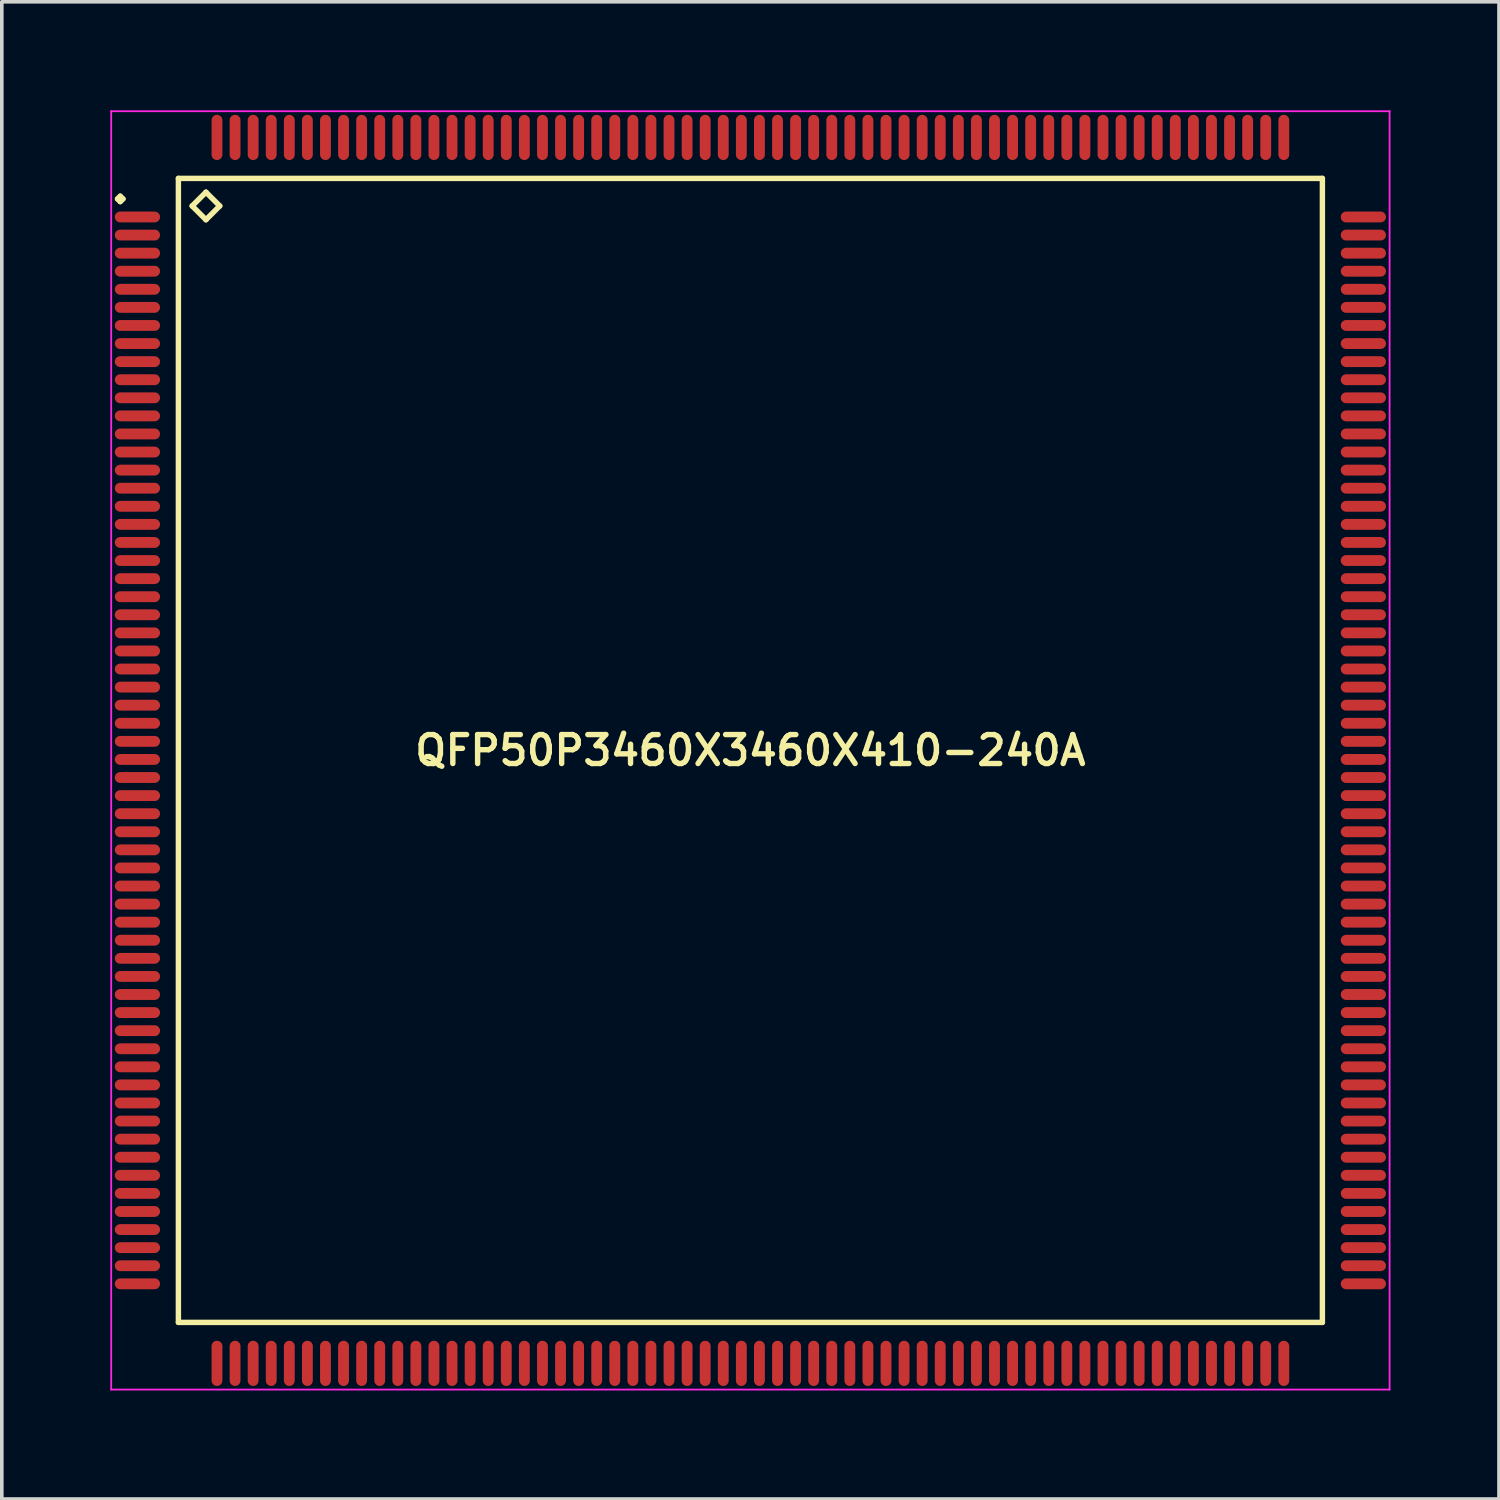
<source format=kicad_pcb>
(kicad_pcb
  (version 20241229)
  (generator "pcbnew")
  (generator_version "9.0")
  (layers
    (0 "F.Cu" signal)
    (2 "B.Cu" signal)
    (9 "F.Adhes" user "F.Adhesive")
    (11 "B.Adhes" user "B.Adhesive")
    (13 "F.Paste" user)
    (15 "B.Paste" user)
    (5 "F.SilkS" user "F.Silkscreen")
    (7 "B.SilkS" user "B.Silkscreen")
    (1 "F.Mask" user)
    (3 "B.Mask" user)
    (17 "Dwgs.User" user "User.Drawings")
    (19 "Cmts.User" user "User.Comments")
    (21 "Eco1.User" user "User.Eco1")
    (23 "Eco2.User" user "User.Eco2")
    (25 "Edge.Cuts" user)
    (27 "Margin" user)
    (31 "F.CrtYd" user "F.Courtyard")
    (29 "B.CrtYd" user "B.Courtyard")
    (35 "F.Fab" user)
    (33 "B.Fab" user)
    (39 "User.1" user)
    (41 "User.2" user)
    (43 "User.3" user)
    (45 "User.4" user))
  (footprint "QFP50P3460X3460X410-240A"
    (layer "F.Cu")
    (at 17.7 17.7)
    (property "Reference" "QFP50P3460X3460X410-240A" (at 0 0 0) (layer "F.SilkS") (effects (font (size 0.8 0.8) (thickness 0.15))))
    (attr smd)
    (fp_line (start -17.5 -15.25) (end -17.425 -15.325) (stroke (width 0.15) (type solid)) (layer "F.SilkS"))
    (fp_line (start -17.425 -15.325) (end -17.35 -15.25) (stroke (width 0.15) (type solid)) (layer "F.SilkS"))
    (fp_line (start -17.425 -15.175) (end -17.5 -15.25) (stroke (width 0.15) (type solid)) (layer "F.SilkS"))
    (fp_line (start -17.35 -15.25) (end -17.425 -15.175) (stroke (width 0.15) (type solid)) (layer "F.SilkS"))
    (fp_line (start -15.817 -15.817) (end -15.817 15.817) (stroke (width 0.15) (type solid)) (layer "F.SilkS"))
    (fp_line (start -15.817 15.817) (end 15.817 15.817) (stroke (width 0.15) (type solid)) (layer "F.SilkS"))
    (fp_line (start -15.436 -15.055) (end -15.055 -15.436) (stroke (width 0.15) (type solid)) (layer "F.SilkS"))
    (fp_line (start -15.055 -15.436) (end -14.674 -15.055) (stroke (width 0.15) (type solid)) (layer "F.SilkS"))
    (fp_line (start -15.055 -14.674) (end -15.436 -15.055) (stroke (width 0.15) (type solid)) (layer "F.SilkS"))
    (fp_line (start -14.674 -15.055) (end -15.055 -14.674) (stroke (width 0.15) (type solid)) (layer "F.SilkS"))
    (fp_line (start 15.817 -15.817) (end -15.817 -15.817) (stroke (width 0.15) (type solid)) (layer "F.SilkS"))
    (fp_line (start 15.817 15.817) (end 15.817 -15.817) (stroke (width 0.15) (type solid)) (layer "F.SilkS"))
    (fp_line (start -17.675 -17.675) (end 17.675 -17.675) (stroke (width 0.05) (type solid)) (layer "F.CrtYd"))
    (fp_line (start -17.675 17.675) (end -17.675 -17.675) (stroke (width 0.05) (type solid)) (layer "F.CrtYd"))
    (fp_line (start 17.675 -17.675) (end 17.675 17.675) (stroke (width 0.05) (type solid)) (layer "F.CrtYd"))
    (fp_line (start 17.675 17.675) (end -17.675 17.675) (stroke (width 0.05) (type solid)) (layer "F.CrtYd"))
    (pad "1" smd oval (at -16.95 -14.75) (size 1.25 0.3) (layers "F.Cu" "F.Mask" "F.Paste"))
    (pad "2" smd oval (at -16.95 -14.25) (size 1.25 0.3) (layers "F.Cu" "F.Mask" "F.Paste"))
    (pad "3" smd oval (at -16.95 -13.75) (size 1.25 0.3) (layers "F.Cu" "F.Mask" "F.Paste"))
    (pad "4" smd oval (at -16.95 -13.25) (size 1.25 0.3) (layers "F.Cu" "F.Mask" "F.Paste"))
    (pad "5" smd oval (at -16.95 -12.75) (size 1.25 0.3) (layers "F.Cu" "F.Mask" "F.Paste"))
    (pad "6" smd oval (at -16.95 -12.25) (size 1.25 0.3) (layers "F.Cu" "F.Mask" "F.Paste"))
    (pad "7" smd oval (at -16.95 -11.75) (size 1.25 0.3) (layers "F.Cu" "F.Mask" "F.Paste"))
    (pad "8" smd oval (at -16.95 -11.25) (size 1.25 0.3) (layers "F.Cu" "F.Mask" "F.Paste"))
    (pad "9" smd oval (at -16.95 -10.75) (size 1.25 0.3) (layers "F.Cu" "F.Mask" "F.Paste"))
    (pad "10" smd oval (at -16.95 -10.25) (size 1.25 0.3) (layers "F.Cu" "F.Mask" "F.Paste"))
    (pad "11" smd oval (at -16.95 -9.75) (size 1.25 0.3) (layers "F.Cu" "F.Mask" "F.Paste"))
    (pad "12" smd oval (at -16.95 -9.25) (size 1.25 0.3) (layers "F.Cu" "F.Mask" "F.Paste"))
    (pad "13" smd oval (at -16.95 -8.75) (size 1.25 0.3) (layers "F.Cu" "F.Mask" "F.Paste"))
    (pad "14" smd oval (at -16.95 -8.25) (size 1.25 0.3) (layers "F.Cu" "F.Mask" "F.Paste"))
    (pad "15" smd oval (at -16.95 -7.75) (size 1.25 0.3) (layers "F.Cu" "F.Mask" "F.Paste"))
    (pad "16" smd oval (at -16.95 -7.25) (size 1.25 0.3) (layers "F.Cu" "F.Mask" "F.Paste"))
    (pad "17" smd oval (at -16.95 -6.75) (size 1.25 0.3) (layers "F.Cu" "F.Mask" "F.Paste"))
    (pad "18" smd oval (at -16.95 -6.25) (size 1.25 0.3) (layers "F.Cu" "F.Mask" "F.Paste"))
    (pad "19" smd oval (at -16.95 -5.75) (size 1.25 0.3) (layers "F.Cu" "F.Mask" "F.Paste"))
    (pad "20" smd oval (at -16.95 -5.25) (size 1.25 0.3) (layers "F.Cu" "F.Mask" "F.Paste"))
    (pad "21" smd oval (at -16.95 -4.75) (size 1.25 0.3) (layers "F.Cu" "F.Mask" "F.Paste"))
    (pad "22" smd oval (at -16.95 -4.25) (size 1.25 0.3) (layers "F.Cu" "F.Mask" "F.Paste"))
    (pad "23" smd oval (at -16.95 -3.75) (size 1.25 0.3) (layers "F.Cu" "F.Mask" "F.Paste"))
    (pad "24" smd oval (at -16.95 -3.25) (size 1.25 0.3) (layers "F.Cu" "F.Mask" "F.Paste"))
    (pad "25" smd oval (at -16.95 -2.75) (size 1.25 0.3) (layers "F.Cu" "F.Mask" "F.Paste"))
    (pad "26" smd oval (at -16.95 -2.25) (size 1.25 0.3) (layers "F.Cu" "F.Mask" "F.Paste"))
    (pad "27" smd oval (at -16.95 -1.75) (size 1.25 0.3) (layers "F.Cu" "F.Mask" "F.Paste"))
    (pad "28" smd oval (at -16.95 -1.25) (size 1.25 0.3) (layers "F.Cu" "F.Mask" "F.Paste"))
    (pad "29" smd oval (at -16.95 -0.75) (size 1.25 0.3) (layers "F.Cu" "F.Mask" "F.Paste"))
    (pad "30" smd oval (at -16.95 -0.25) (size 1.25 0.3) (layers "F.Cu" "F.Mask" "F.Paste"))
    (pad "31" smd oval (at -16.95 0.25) (size 1.25 0.3) (layers "F.Cu" "F.Mask" "F.Paste"))
    (pad "32" smd oval (at -16.95 0.75) (size 1.25 0.3) (layers "F.Cu" "F.Mask" "F.Paste"))
    (pad "33" smd oval (at -16.95 1.25) (size 1.25 0.3) (layers "F.Cu" "F.Mask" "F.Paste"))
    (pad "34" smd oval (at -16.95 1.75) (size 1.25 0.3) (layers "F.Cu" "F.Mask" "F.Paste"))
    (pad "35" smd oval (at -16.95 2.25) (size 1.25 0.3) (layers "F.Cu" "F.Mask" "F.Paste"))
    (pad "36" smd oval (at -16.95 2.75) (size 1.25 0.3) (layers "F.Cu" "F.Mask" "F.Paste"))
    (pad "37" smd oval (at -16.95 3.25) (size 1.25 0.3) (layers "F.Cu" "F.Mask" "F.Paste"))
    (pad "38" smd oval (at -16.95 3.75) (size 1.25 0.3) (layers "F.Cu" "F.Mask" "F.Paste"))
    (pad "39" smd oval (at -16.95 4.25) (size 1.25 0.3) (layers "F.Cu" "F.Mask" "F.Paste"))
    (pad "40" smd oval (at -16.95 4.75) (size 1.25 0.3) (layers "F.Cu" "F.Mask" "F.Paste"))
    (pad "41" smd oval (at -16.95 5.25) (size 1.25 0.3) (layers "F.Cu" "F.Mask" "F.Paste"))
    (pad "42" smd oval (at -16.95 5.75) (size 1.25 0.3) (layers "F.Cu" "F.Mask" "F.Paste"))
    (pad "43" smd oval (at -16.95 6.25) (size 1.25 0.3) (layers "F.Cu" "F.Mask" "F.Paste"))
    (pad "44" smd oval (at -16.95 6.75) (size 1.25 0.3) (layers "F.Cu" "F.Mask" "F.Paste"))
    (pad "45" smd oval (at -16.95 7.25) (size 1.25 0.3) (layers "F.Cu" "F.Mask" "F.Paste"))
    (pad "46" smd oval (at -16.95 7.75) (size 1.25 0.3) (layers "F.Cu" "F.Mask" "F.Paste"))
    (pad "47" smd oval (at -16.95 8.25) (size 1.25 0.3) (layers "F.Cu" "F.Mask" "F.Paste"))
    (pad "48" smd oval (at -16.95 8.75) (size 1.25 0.3) (layers "F.Cu" "F.Mask" "F.Paste"))
    (pad "49" smd oval (at -16.95 9.25) (size 1.25 0.3) (layers "F.Cu" "F.Mask" "F.Paste"))
    (pad "50" smd oval (at -16.95 9.75) (size 1.25 0.3) (layers "F.Cu" "F.Mask" "F.Paste"))
    (pad "51" smd oval (at -16.95 10.25) (size 1.25 0.3) (layers "F.Cu" "F.Mask" "F.Paste"))
    (pad "52" smd oval (at -16.95 10.75) (size 1.25 0.3) (layers "F.Cu" "F.Mask" "F.Paste"))
    (pad "53" smd oval (at -16.95 11.25) (size 1.25 0.3) (layers "F.Cu" "F.Mask" "F.Paste"))
    (pad "54" smd oval (at -16.95 11.75) (size 1.25 0.3) (layers "F.Cu" "F.Mask" "F.Paste"))
    (pad "55" smd oval (at -16.95 12.25) (size 1.25 0.3) (layers "F.Cu" "F.Mask" "F.Paste"))
    (pad "56" smd oval (at -16.95 12.75) (size 1.25 0.3) (layers "F.Cu" "F.Mask" "F.Paste"))
    (pad "57" smd oval (at -16.95 13.25) (size 1.25 0.3) (layers "F.Cu" "F.Mask" "F.Paste"))
    (pad "58" smd oval (at -16.95 13.75) (size 1.25 0.3) (layers "F.Cu" "F.Mask" "F.Paste"))
    (pad "59" smd oval (at -16.95 14.25) (size 1.25 0.3) (layers "F.Cu" "F.Mask" "F.Paste"))
    (pad "60" smd oval (at -16.95 14.75) (size 1.25 0.3) (layers "F.Cu" "F.Mask" "F.Paste"))
    (pad "61" smd oval (at -14.75 16.95) (size 0.3 1.25) (layers "F.Cu" "F.Mask" "F.Paste"))
    (pad "62" smd oval (at -14.25 16.95) (size 0.3 1.25) (layers "F.Cu" "F.Mask" "F.Paste"))
    (pad "63" smd oval (at -13.75 16.95) (size 0.3 1.25) (layers "F.Cu" "F.Mask" "F.Paste"))
    (pad "64" smd oval (at -13.25 16.95) (size 0.3 1.25) (layers "F.Cu" "F.Mask" "F.Paste"))
    (pad "65" smd oval (at -12.75 16.95) (size 0.3 1.25) (layers "F.Cu" "F.Mask" "F.Paste"))
    (pad "66" smd oval (at -12.25 16.95) (size 0.3 1.25) (layers "F.Cu" "F.Mask" "F.Paste"))
    (pad "67" smd oval (at -11.75 16.95) (size 0.3 1.25) (layers "F.Cu" "F.Mask" "F.Paste"))
    (pad "68" smd oval (at -11.25 16.95) (size 0.3 1.25) (layers "F.Cu" "F.Mask" "F.Paste"))
    (pad "69" smd oval (at -10.75 16.95) (size 0.3 1.25) (layers "F.Cu" "F.Mask" "F.Paste"))
    (pad "70" smd oval (at -10.25 16.95) (size 0.3 1.25) (layers "F.Cu" "F.Mask" "F.Paste"))
    (pad "71" smd oval (at -9.75 16.95) (size 0.3 1.25) (layers "F.Cu" "F.Mask" "F.Paste"))
    (pad "72" smd oval (at -9.25 16.95) (size 0.3 1.25) (layers "F.Cu" "F.Mask" "F.Paste"))
    (pad "73" smd oval (at -8.75 16.95) (size 0.3 1.25) (layers "F.Cu" "F.Mask" "F.Paste"))
    (pad "74" smd oval (at -8.25 16.95) (size 0.3 1.25) (layers "F.Cu" "F.Mask" "F.Paste"))
    (pad "75" smd oval (at -7.75 16.95) (size 0.3 1.25) (layers "F.Cu" "F.Mask" "F.Paste"))
    (pad "76" smd oval (at -7.25 16.95) (size 0.3 1.25) (layers "F.Cu" "F.Mask" "F.Paste"))
    (pad "77" smd oval (at -6.75 16.95) (size 0.3 1.25) (layers "F.Cu" "F.Mask" "F.Paste"))
    (pad "78" smd oval (at -6.25 16.95) (size 0.3 1.25) (layers "F.Cu" "F.Mask" "F.Paste"))
    (pad "79" smd oval (at -5.75 16.95) (size 0.3 1.25) (layers "F.Cu" "F.Mask" "F.Paste"))
    (pad "80" smd oval (at -5.25 16.95) (size 0.3 1.25) (layers "F.Cu" "F.Mask" "F.Paste"))
    (pad "81" smd oval (at -4.75 16.95) (size 0.3 1.25) (layers "F.Cu" "F.Mask" "F.Paste"))
    (pad "82" smd oval (at -4.25 16.95) (size 0.3 1.25) (layers "F.Cu" "F.Mask" "F.Paste"))
    (pad "83" smd oval (at -3.75 16.95) (size 0.3 1.25) (layers "F.Cu" "F.Mask" "F.Paste"))
    (pad "84" smd oval (at -3.25 16.95) (size 0.3 1.25) (layers "F.Cu" "F.Mask" "F.Paste"))
    (pad "85" smd oval (at -2.75 16.95) (size 0.3 1.25) (layers "F.Cu" "F.Mask" "F.Paste"))
    (pad "86" smd oval (at -2.25 16.95) (size 0.3 1.25) (layers "F.Cu" "F.Mask" "F.Paste"))
    (pad "87" smd oval (at -1.75 16.95) (size 0.3 1.25) (layers "F.Cu" "F.Mask" "F.Paste"))
    (pad "88" smd oval (at -1.25 16.95) (size 0.3 1.25) (layers "F.Cu" "F.Mask" "F.Paste"))
    (pad "89" smd oval (at -0.75 16.95) (size 0.3 1.25) (layers "F.Cu" "F.Mask" "F.Paste"))
    (pad "90" smd oval (at -0.25 16.95) (size 0.3 1.25) (layers "F.Cu" "F.Mask" "F.Paste"))
    (pad "91" smd oval (at 0.25 16.95) (size 0.3 1.25) (layers "F.Cu" "F.Mask" "F.Paste"))
    (pad "92" smd oval (at 0.75 16.95) (size 0.3 1.25) (layers "F.Cu" "F.Mask" "F.Paste"))
    (pad "93" smd oval (at 1.25 16.95) (size 0.3 1.25) (layers "F.Cu" "F.Mask" "F.Paste"))
    (pad "94" smd oval (at 1.75 16.95) (size 0.3 1.25) (layers "F.Cu" "F.Mask" "F.Paste"))
    (pad "95" smd oval (at 2.25 16.95) (size 0.3 1.25) (layers "F.Cu" "F.Mask" "F.Paste"))
    (pad "96" smd oval (at 2.75 16.95) (size 0.3 1.25) (layers "F.Cu" "F.Mask" "F.Paste"))
    (pad "97" smd oval (at 3.25 16.95) (size 0.3 1.25) (layers "F.Cu" "F.Mask" "F.Paste"))
    (pad "98" smd oval (at 3.75 16.95) (size 0.3 1.25) (layers "F.Cu" "F.Mask" "F.Paste"))
    (pad "99" smd oval (at 4.25 16.95) (size 0.3 1.25) (layers "F.Cu" "F.Mask" "F.Paste"))
    (pad "100" smd oval (at 4.75 16.95) (size 0.3 1.25) (layers "F.Cu" "F.Mask" "F.Paste"))
    (pad "101" smd oval (at 5.25 16.95) (size 0.3 1.25) (layers "F.Cu" "F.Mask" "F.Paste"))
    (pad "102" smd oval (at 5.75 16.95) (size 0.3 1.25) (layers "F.Cu" "F.Mask" "F.Paste"))
    (pad "103" smd oval (at 6.25 16.95) (size 0.3 1.25) (layers "F.Cu" "F.Mask" "F.Paste"))
    (pad "104" smd oval (at 6.75 16.95) (size 0.3 1.25) (layers "F.Cu" "F.Mask" "F.Paste"))
    (pad "105" smd oval (at 7.25 16.95) (size 0.3 1.25) (layers "F.Cu" "F.Mask" "F.Paste"))
    (pad "106" smd oval (at 7.75 16.95) (size 0.3 1.25) (layers "F.Cu" "F.Mask" "F.Paste"))
    (pad "107" smd oval (at 8.25 16.95) (size 0.3 1.25) (layers "F.Cu" "F.Mask" "F.Paste"))
    (pad "108" smd oval (at 8.75 16.95) (size 0.3 1.25) (layers "F.Cu" "F.Mask" "F.Paste"))
    (pad "109" smd oval (at 9.25 16.95) (size 0.3 1.25) (layers "F.Cu" "F.Mask" "F.Paste"))
    (pad "110" smd oval (at 9.75 16.95) (size 0.3 1.25) (layers "F.Cu" "F.Mask" "F.Paste"))
    (pad "111" smd oval (at 10.25 16.95) (size 0.3 1.25) (layers "F.Cu" "F.Mask" "F.Paste"))
    (pad "112" smd oval (at 10.75 16.95) (size 0.3 1.25) (layers "F.Cu" "F.Mask" "F.Paste"))
    (pad "113" smd oval (at 11.25 16.95) (size 0.3 1.25) (layers "F.Cu" "F.Mask" "F.Paste"))
    (pad "114" smd oval (at 11.75 16.95) (size 0.3 1.25) (layers "F.Cu" "F.Mask" "F.Paste"))
    (pad "115" smd oval (at 12.25 16.95) (size 0.3 1.25) (layers "F.Cu" "F.Mask" "F.Paste"))
    (pad "116" smd oval (at 12.75 16.95) (size 0.3 1.25) (layers "F.Cu" "F.Mask" "F.Paste"))
    (pad "117" smd oval (at 13.25 16.95) (size 0.3 1.25) (layers "F.Cu" "F.Mask" "F.Paste"))
    (pad "118" smd oval (at 13.75 16.95) (size 0.3 1.25) (layers "F.Cu" "F.Mask" "F.Paste"))
    (pad "119" smd oval (at 14.25 16.95) (size 0.3 1.25) (layers "F.Cu" "F.Mask" "F.Paste"))
    (pad "120" smd oval (at 14.75 16.95) (size 0.3 1.25) (layers "F.Cu" "F.Mask" "F.Paste"))
    (pad "121" smd oval (at 16.95 14.75) (size 1.25 0.3) (layers "F.Cu" "F.Mask" "F.Paste"))
    (pad "122" smd oval (at 16.95 14.25) (size 1.25 0.3) (layers "F.Cu" "F.Mask" "F.Paste"))
    (pad "123" smd oval (at 16.95 13.75) (size 1.25 0.3) (layers "F.Cu" "F.Mask" "F.Paste"))
    (pad "124" smd oval (at 16.95 13.25) (size 1.25 0.3) (layers "F.Cu" "F.Mask" "F.Paste"))
    (pad "125" smd oval (at 16.95 12.75) (size 1.25 0.3) (layers "F.Cu" "F.Mask" "F.Paste"))
    (pad "126" smd oval (at 16.95 12.25) (size 1.25 0.3) (layers "F.Cu" "F.Mask" "F.Paste"))
    (pad "127" smd oval (at 16.95 11.75) (size 1.25 0.3) (layers "F.Cu" "F.Mask" "F.Paste"))
    (pad "128" smd oval (at 16.95 11.25) (size 1.25 0.3) (layers "F.Cu" "F.Mask" "F.Paste"))
    (pad "129" smd oval (at 16.95 10.75) (size 1.25 0.3) (layers "F.Cu" "F.Mask" "F.Paste"))
    (pad "130" smd oval (at 16.95 10.25) (size 1.25 0.3) (layers "F.Cu" "F.Mask" "F.Paste"))
    (pad "131" smd oval (at 16.95 9.75) (size 1.25 0.3) (layers "F.Cu" "F.Mask" "F.Paste"))
    (pad "132" smd oval (at 16.95 9.25) (size 1.25 0.3) (layers "F.Cu" "F.Mask" "F.Paste"))
    (pad "133" smd oval (at 16.95 8.75) (size 1.25 0.3) (layers "F.Cu" "F.Mask" "F.Paste"))
    (pad "134" smd oval (at 16.95 8.25) (size 1.25 0.3) (layers "F.Cu" "F.Mask" "F.Paste"))
    (pad "135" smd oval (at 16.95 7.75) (size 1.25 0.3) (layers "F.Cu" "F.Mask" "F.Paste"))
    (pad "136" smd oval (at 16.95 7.25) (size 1.25 0.3) (layers "F.Cu" "F.Mask" "F.Paste"))
    (pad "137" smd oval (at 16.95 6.75) (size 1.25 0.3) (layers "F.Cu" "F.Mask" "F.Paste"))
    (pad "138" smd oval (at 16.95 6.25) (size 1.25 0.3) (layers "F.Cu" "F.Mask" "F.Paste"))
    (pad "139" smd oval (at 16.95 5.75) (size 1.25 0.3) (layers "F.Cu" "F.Mask" "F.Paste"))
    (pad "140" smd oval (at 16.95 5.25) (size 1.25 0.3) (layers "F.Cu" "F.Mask" "F.Paste"))
    (pad "141" smd oval (at 16.95 4.75) (size 1.25 0.3) (layers "F.Cu" "F.Mask" "F.Paste"))
    (pad "142" smd oval (at 16.95 4.25) (size 1.25 0.3) (layers "F.Cu" "F.Mask" "F.Paste"))
    (pad "143" smd oval (at 16.95 3.75) (size 1.25 0.3) (layers "F.Cu" "F.Mask" "F.Paste"))
    (pad "144" smd oval (at 16.95 3.25) (size 1.25 0.3) (layers "F.Cu" "F.Mask" "F.Paste"))
    (pad "145" smd oval (at 16.95 2.75) (size 1.25 0.3) (layers "F.Cu" "F.Mask" "F.Paste"))
    (pad "146" smd oval (at 16.95 2.25) (size 1.25 0.3) (layers "F.Cu" "F.Mask" "F.Paste"))
    (pad "147" smd oval (at 16.95 1.75) (size 1.25 0.3) (layers "F.Cu" "F.Mask" "F.Paste"))
    (pad "148" smd oval (at 16.95 1.25) (size 1.25 0.3) (layers "F.Cu" "F.Mask" "F.Paste"))
    (pad "149" smd oval (at 16.95 0.75) (size 1.25 0.3) (layers "F.Cu" "F.Mask" "F.Paste"))
    (pad "150" smd oval (at 16.95 0.25) (size 1.25 0.3) (layers "F.Cu" "F.Mask" "F.Paste"))
    (pad "151" smd oval (at 16.95 -0.25) (size 1.25 0.3) (layers "F.Cu" "F.Mask" "F.Paste"))
    (pad "152" smd oval (at 16.95 -0.75) (size 1.25 0.3) (layers "F.Cu" "F.Mask" "F.Paste"))
    (pad "153" smd oval (at 16.95 -1.25) (size 1.25 0.3) (layers "F.Cu" "F.Mask" "F.Paste"))
    (pad "154" smd oval (at 16.95 -1.75) (size 1.25 0.3) (layers "F.Cu" "F.Mask" "F.Paste"))
    (pad "155" smd oval (at 16.95 -2.25) (size 1.25 0.3) (layers "F.Cu" "F.Mask" "F.Paste"))
    (pad "156" smd oval (at 16.95 -2.75) (size 1.25 0.3) (layers "F.Cu" "F.Mask" "F.Paste"))
    (pad "157" smd oval (at 16.95 -3.25) (size 1.25 0.3) (layers "F.Cu" "F.Mask" "F.Paste"))
    (pad "158" smd oval (at 16.95 -3.75) (size 1.25 0.3) (layers "F.Cu" "F.Mask" "F.Paste"))
    (pad "159" smd oval (at 16.95 -4.25) (size 1.25 0.3) (layers "F.Cu" "F.Mask" "F.Paste"))
    (pad "160" smd oval (at 16.95 -4.75) (size 1.25 0.3) (layers "F.Cu" "F.Mask" "F.Paste"))
    (pad "161" smd oval (at 16.95 -5.25) (size 1.25 0.3) (layers "F.Cu" "F.Mask" "F.Paste"))
    (pad "162" smd oval (at 16.95 -5.75) (size 1.25 0.3) (layers "F.Cu" "F.Mask" "F.Paste"))
    (pad "163" smd oval (at 16.95 -6.25) (size 1.25 0.3) (layers "F.Cu" "F.Mask" "F.Paste"))
    (pad "164" smd oval (at 16.95 -6.75) (size 1.25 0.3) (layers "F.Cu" "F.Mask" "F.Paste"))
    (pad "165" smd oval (at 16.95 -7.25) (size 1.25 0.3) (layers "F.Cu" "F.Mask" "F.Paste"))
    (pad "166" smd oval (at 16.95 -7.75) (size 1.25 0.3) (layers "F.Cu" "F.Mask" "F.Paste"))
    (pad "167" smd oval (at 16.95 -8.25) (size 1.25 0.3) (layers "F.Cu" "F.Mask" "F.Paste"))
    (pad "168" smd oval (at 16.95 -8.75) (size 1.25 0.3) (layers "F.Cu" "F.Mask" "F.Paste"))
    (pad "169" smd oval (at 16.95 -9.25) (size 1.25 0.3) (layers "F.Cu" "F.Mask" "F.Paste"))
    (pad "170" smd oval (at 16.95 -9.75) (size 1.25 0.3) (layers "F.Cu" "F.Mask" "F.Paste"))
    (pad "171" smd oval (at 16.95 -10.25) (size 1.25 0.3) (layers "F.Cu" "F.Mask" "F.Paste"))
    (pad "172" smd oval (at 16.95 -10.75) (size 1.25 0.3) (layers "F.Cu" "F.Mask" "F.Paste"))
    (pad "173" smd oval (at 16.95 -11.25) (size 1.25 0.3) (layers "F.Cu" "F.Mask" "F.Paste"))
    (pad "174" smd oval (at 16.95 -11.75) (size 1.25 0.3) (layers "F.Cu" "F.Mask" "F.Paste"))
    (pad "175" smd oval (at 16.95 -12.25) (size 1.25 0.3) (layers "F.Cu" "F.Mask" "F.Paste"))
    (pad "176" smd oval (at 16.95 -12.75) (size 1.25 0.3) (layers "F.Cu" "F.Mask" "F.Paste"))
    (pad "177" smd oval (at 16.95 -13.25) (size 1.25 0.3) (layers "F.Cu" "F.Mask" "F.Paste"))
    (pad "178" smd oval (at 16.95 -13.75) (size 1.25 0.3) (layers "F.Cu" "F.Mask" "F.Paste"))
    (pad "179" smd oval (at 16.95 -14.25) (size 1.25 0.3) (layers "F.Cu" "F.Mask" "F.Paste"))
    (pad "180" smd oval (at 16.95 -14.75) (size 1.25 0.3) (layers "F.Cu" "F.Mask" "F.Paste"))
    (pad "181" smd oval (at 14.75 -16.95) (size 0.3 1.25) (layers "F.Cu" "F.Mask" "F.Paste"))
    (pad "182" smd oval (at 14.25 -16.95) (size 0.3 1.25) (layers "F.Cu" "F.Mask" "F.Paste"))
    (pad "183" smd oval (at 13.75 -16.95) (size 0.3 1.25) (layers "F.Cu" "F.Mask" "F.Paste"))
    (pad "184" smd oval (at 13.25 -16.95) (size 0.3 1.25) (layers "F.Cu" "F.Mask" "F.Paste"))
    (pad "185" smd oval (at 12.75 -16.95) (size 0.3 1.25) (layers "F.Cu" "F.Mask" "F.Paste"))
    (pad "186" smd oval (at 12.25 -16.95) (size 0.3 1.25) (layers "F.Cu" "F.Mask" "F.Paste"))
    (pad "187" smd oval (at 11.75 -16.95) (size 0.3 1.25) (layers "F.Cu" "F.Mask" "F.Paste"))
    (pad "188" smd oval (at 11.25 -16.95) (size 0.3 1.25) (layers "F.Cu" "F.Mask" "F.Paste"))
    (pad "189" smd oval (at 10.75 -16.95) (size 0.3 1.25) (layers "F.Cu" "F.Mask" "F.Paste"))
    (pad "190" smd oval (at 10.25 -16.95) (size 0.3 1.25) (layers "F.Cu" "F.Mask" "F.Paste"))
    (pad "191" smd oval (at 9.75 -16.95) (size 0.3 1.25) (layers "F.Cu" "F.Mask" "F.Paste"))
    (pad "192" smd oval (at 9.25 -16.95) (size 0.3 1.25) (layers "F.Cu" "F.Mask" "F.Paste"))
    (pad "193" smd oval (at 8.75 -16.95) (size 0.3 1.25) (layers "F.Cu" "F.Mask" "F.Paste"))
    (pad "194" smd oval (at 8.25 -16.95) (size 0.3 1.25) (layers "F.Cu" "F.Mask" "F.Paste"))
    (pad "195" smd oval (at 7.75 -16.95) (size 0.3 1.25) (layers "F.Cu" "F.Mask" "F.Paste"))
    (pad "196" smd oval (at 7.25 -16.95) (size 0.3 1.25) (layers "F.Cu" "F.Mask" "F.Paste"))
    (pad "197" smd oval (at 6.75 -16.95) (size 0.3 1.25) (layers "F.Cu" "F.Mask" "F.Paste"))
    (pad "198" smd oval (at 6.25 -16.95) (size 0.3 1.25) (layers "F.Cu" "F.Mask" "F.Paste"))
    (pad "199" smd oval (at 5.75 -16.95) (size 0.3 1.25) (layers "F.Cu" "F.Mask" "F.Paste"))
    (pad "200" smd oval (at 5.25 -16.95) (size 0.3 1.25) (layers "F.Cu" "F.Mask" "F.Paste"))
    (pad "201" smd oval (at 4.75 -16.95) (size 0.3 1.25) (layers "F.Cu" "F.Mask" "F.Paste"))
    (pad "202" smd oval (at 4.25 -16.95) (size 0.3 1.25) (layers "F.Cu" "F.Mask" "F.Paste"))
    (pad "203" smd oval (at 3.75 -16.95) (size 0.3 1.25) (layers "F.Cu" "F.Mask" "F.Paste"))
    (pad "204" smd oval (at 3.25 -16.95) (size 0.3 1.25) (layers "F.Cu" "F.Mask" "F.Paste"))
    (pad "205" smd oval (at 2.75 -16.95) (size 0.3 1.25) (layers "F.Cu" "F.Mask" "F.Paste"))
    (pad "206" smd oval (at 2.25 -16.95) (size 0.3 1.25) (layers "F.Cu" "F.Mask" "F.Paste"))
    (pad "207" smd oval (at 1.75 -16.95) (size 0.3 1.25) (layers "F.Cu" "F.Mask" "F.Paste"))
    (pad "208" smd oval (at 1.25 -16.95) (size 0.3 1.25) (layers "F.Cu" "F.Mask" "F.Paste"))
    (pad "209" smd oval (at 0.75 -16.95) (size 0.3 1.25) (layers "F.Cu" "F.Mask" "F.Paste"))
    (pad "210" smd oval (at 0.25 -16.95) (size 0.3 1.25) (layers "F.Cu" "F.Mask" "F.Paste"))
    (pad "211" smd oval (at -0.25 -16.95) (size 0.3 1.25) (layers "F.Cu" "F.Mask" "F.Paste"))
    (pad "212" smd oval (at -0.75 -16.95) (size 0.3 1.25) (layers "F.Cu" "F.Mask" "F.Paste"))
    (pad "213" smd oval (at -1.25 -16.95) (size 0.3 1.25) (layers "F.Cu" "F.Mask" "F.Paste"))
    (pad "214" smd oval (at -1.75 -16.95) (size 0.3 1.25) (layers "F.Cu" "F.Mask" "F.Paste"))
    (pad "215" smd oval (at -2.25 -16.95) (size 0.3 1.25) (layers "F.Cu" "F.Mask" "F.Paste"))
    (pad "216" smd oval (at -2.75 -16.95) (size 0.3 1.25) (layers "F.Cu" "F.Mask" "F.Paste"))
    (pad "217" smd oval (at -3.25 -16.95) (size 0.3 1.25) (layers "F.Cu" "F.Mask" "F.Paste"))
    (pad "218" smd oval (at -3.75 -16.95) (size 0.3 1.25) (layers "F.Cu" "F.Mask" "F.Paste"))
    (pad "219" smd oval (at -4.25 -16.95) (size 0.3 1.25) (layers "F.Cu" "F.Mask" "F.Paste"))
    (pad "220" smd oval (at -4.75 -16.95) (size 0.3 1.25) (layers "F.Cu" "F.Mask" "F.Paste"))
    (pad "221" smd oval (at -5.25 -16.95) (size 0.3 1.25) (layers "F.Cu" "F.Mask" "F.Paste"))
    (pad "222" smd oval (at -5.75 -16.95) (size 0.3 1.25) (layers "F.Cu" "F.Mask" "F.Paste"))
    (pad "223" smd oval (at -6.25 -16.95) (size 0.3 1.25) (layers "F.Cu" "F.Mask" "F.Paste"))
    (pad "224" smd oval (at -6.75 -16.95) (size 0.3 1.25) (layers "F.Cu" "F.Mask" "F.Paste"))
    (pad "225" smd oval (at -7.25 -16.95) (size 0.3 1.25) (layers "F.Cu" "F.Mask" "F.Paste"))
    (pad "226" smd oval (at -7.75 -16.95) (size 0.3 1.25) (layers "F.Cu" "F.Mask" "F.Paste"))
    (pad "227" smd oval (at -8.25 -16.95) (size 0.3 1.25) (layers "F.Cu" "F.Mask" "F.Paste"))
    (pad "228" smd oval (at -8.75 -16.95) (size 0.3 1.25) (layers "F.Cu" "F.Mask" "F.Paste"))
    (pad "229" smd oval (at -9.25 -16.95) (size 0.3 1.25) (layers "F.Cu" "F.Mask" "F.Paste"))
    (pad "230" smd oval (at -9.75 -16.95) (size 0.3 1.25) (layers "F.Cu" "F.Mask" "F.Paste"))
    (pad "231" smd oval (at -10.25 -16.95) (size 0.3 1.25) (layers "F.Cu" "F.Mask" "F.Paste"))
    (pad "232" smd oval (at -10.75 -16.95) (size 0.3 1.25) (layers "F.Cu" "F.Mask" "F.Paste"))
    (pad "233" smd oval (at -11.25 -16.95) (size 0.3 1.25) (layers "F.Cu" "F.Mask" "F.Paste"))
    (pad "234" smd oval (at -11.75 -16.95) (size 0.3 1.25) (layers "F.Cu" "F.Mask" "F.Paste"))
    (pad "235" smd oval (at -12.25 -16.95) (size 0.3 1.25) (layers "F.Cu" "F.Mask" "F.Paste"))
    (pad "236" smd oval (at -12.75 -16.95) (size 0.3 1.25) (layers "F.Cu" "F.Mask" "F.Paste"))
    (pad "237" smd oval (at -13.25 -16.95) (size 0.3 1.25) (layers "F.Cu" "F.Mask" "F.Paste"))
    (pad "238" smd oval (at -13.75 -16.95) (size 0.3 1.25) (layers "F.Cu" "F.Mask" "F.Paste"))
    (pad "239" smd oval (at -14.25 -16.95) (size 0.3 1.25) (layers "F.Cu" "F.Mask" "F.Paste"))
    (pad "240" smd oval (at -14.75 -16.95) (size 0.3 1.25) (layers "F.Cu" "F.Mask" "F.Paste")))
  (gr_rect
    (start -3 -3)
    (end 38.4 38.4)
    (stroke (width 0.1) (type default))
    (fill no)
    (layer "Edge.Cuts")))
</source>
